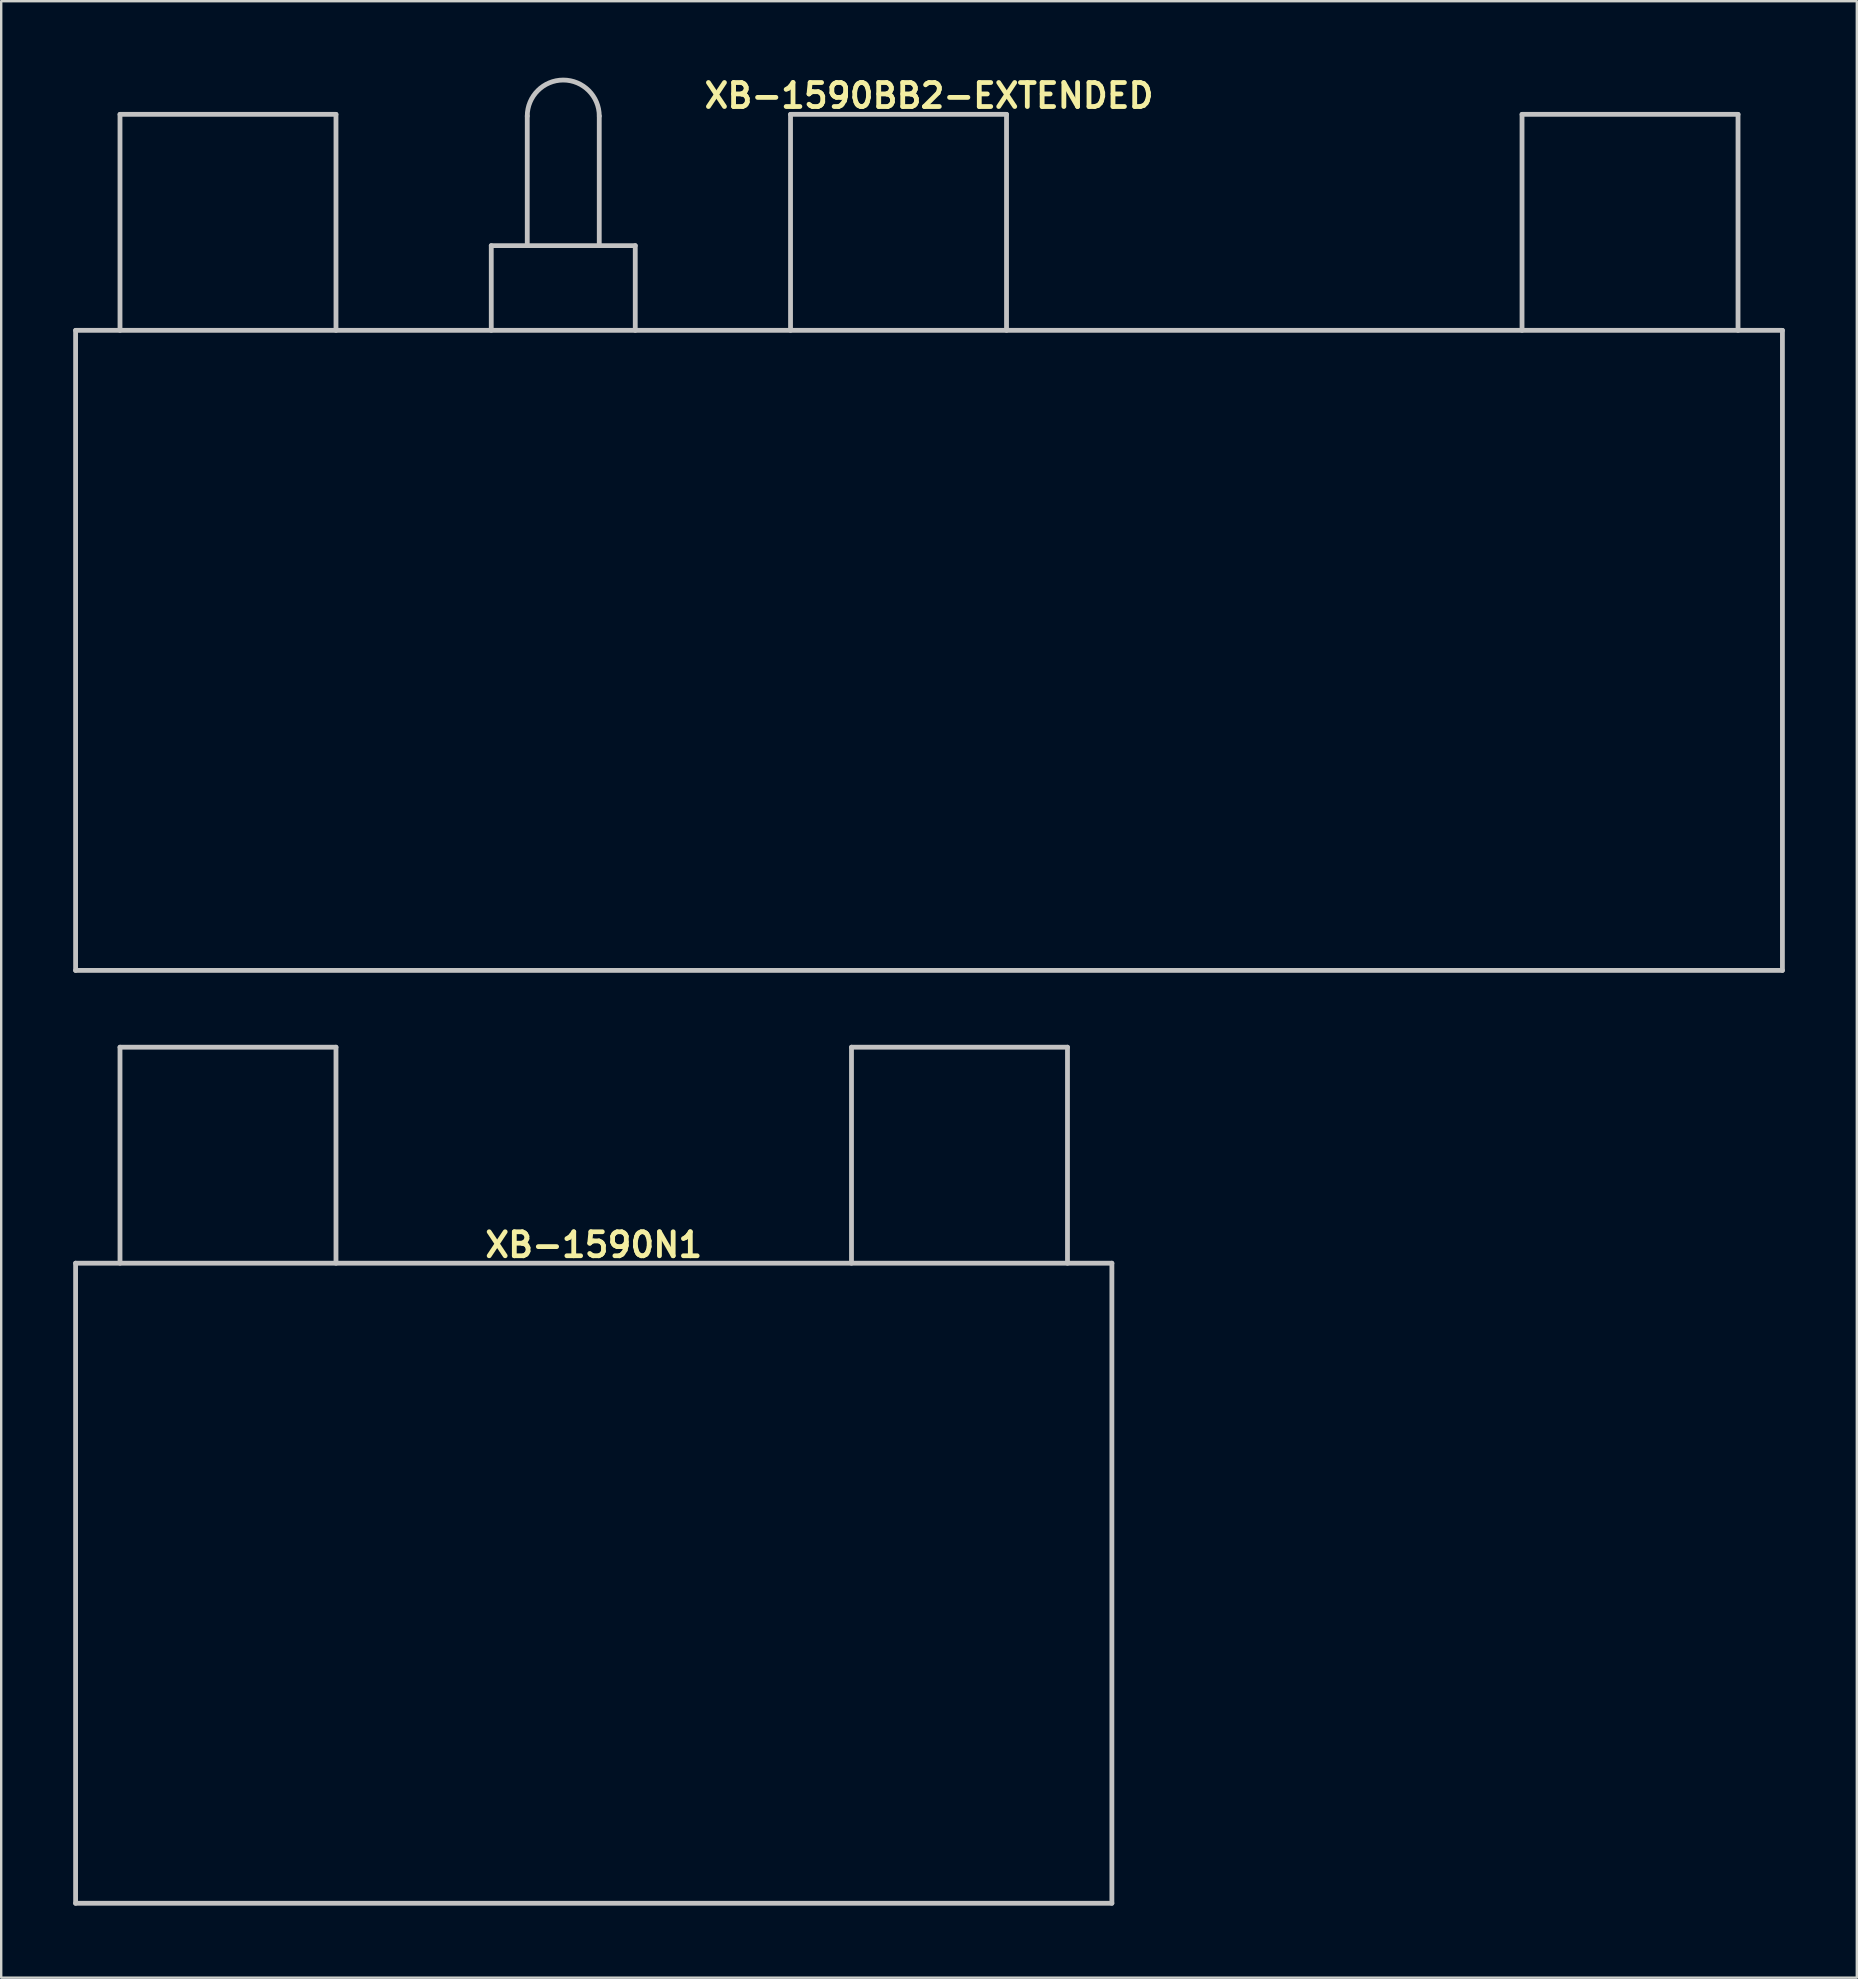
<source format=kicad_pcb>
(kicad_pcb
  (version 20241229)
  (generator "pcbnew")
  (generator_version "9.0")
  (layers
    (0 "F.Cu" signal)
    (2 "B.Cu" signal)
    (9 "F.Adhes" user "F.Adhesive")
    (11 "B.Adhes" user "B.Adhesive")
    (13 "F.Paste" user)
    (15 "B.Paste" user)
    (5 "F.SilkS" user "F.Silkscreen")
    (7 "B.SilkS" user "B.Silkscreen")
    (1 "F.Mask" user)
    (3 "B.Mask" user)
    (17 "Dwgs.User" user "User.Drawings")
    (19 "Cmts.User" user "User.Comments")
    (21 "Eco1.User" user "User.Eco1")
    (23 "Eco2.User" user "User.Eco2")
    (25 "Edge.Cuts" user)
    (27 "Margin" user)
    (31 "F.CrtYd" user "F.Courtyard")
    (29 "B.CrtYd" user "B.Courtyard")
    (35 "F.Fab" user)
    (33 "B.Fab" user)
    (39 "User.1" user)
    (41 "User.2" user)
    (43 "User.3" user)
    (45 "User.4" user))
  (footprint "XB-1590BB2-EXTENDED"
    (layer "F.Cu")
    (at 35.66 10.715)
    (property "Reference" "XB-1590BB2-EXTENDED" (at 0 -9.779 0) (layer "F.SilkS") (effects (font (size 1 1) (thickness 0.2))))
    (attr through_hole)
    (fp_line (start -35.56 0) (end -35.56 26.67) (stroke (width 0.2) (type solid)) (layer "Dwgs.User"))
    (fp_line (start -35.56 0) (end 35.56 0) (stroke (width 0.2) (type solid)) (layer "Dwgs.User"))
    (fp_line (start -35.56 26.67) (end 35.56 26.67) (stroke (width 0.2) (type solid)) (layer "Dwgs.User"))
    (fp_line (start -33.71 -9) (end -33.71 0) (stroke (width 0.2) (type solid)) (layer "Dwgs.User"))
    (fp_line (start -33.71 -9) (end -24.71 -9) (stroke (width 0.2) (type solid)) (layer "Dwgs.User"))
    (fp_line (start -24.71 -9) (end -24.71 0) (stroke (width 0.2) (type solid)) (layer "Dwgs.User"))
    (fp_line (start -18.24 -3.53) (end -18.24 0) (stroke (width 0.2) (type solid)) (layer "Dwgs.User"))
    (fp_line (start -18.24 -3.53) (end -12.24 -3.53) (stroke (width 0.2) (type solid)) (layer "Dwgs.User"))
    (fp_line (start -16.74 -8.93) (end -16.74 -3.53) (stroke (width 0.2) (type solid)) (layer "Dwgs.User"))
    (fp_line (start -13.74 -8.93) (end -13.74 -3.53) (stroke (width 0.2) (type solid)) (layer "Dwgs.User"))
    (fp_line (start -12.24 -3.53) (end -12.24 0) (stroke (width 0.2) (type solid)) (layer "Dwgs.User"))
    (fp_line (start -5.77 -9) (end -5.77 0) (stroke (width 0.2) (type solid)) (layer "Dwgs.User"))
    (fp_line (start -5.77 -9) (end 3.23 -9) (stroke (width 0.2) (type solid)) (layer "Dwgs.User"))
    (fp_line (start 3.23 -9) (end 3.23 0) (stroke (width 0.2) (type solid)) (layer "Dwgs.User"))
    (fp_line (start 24.71 -9) (end 24.71 0) (stroke (width 0.2) (type solid)) (layer "Dwgs.User"))
    (fp_line (start 24.71 -9) (end 33.71 -9) (stroke (width 0.2) (type solid)) (layer "Dwgs.User"))
    (fp_line (start 33.71 -9) (end 33.71 0) (stroke (width 0.2) (type solid)) (layer "Dwgs.User"))
    (fp_line (start 35.56 0) (end 35.56 26.67) (stroke (width 0.2) (type solid)) (layer "Dwgs.User"))
    (fp_arc (start -16.74 -8.93) (mid -15.24 -10.43) (end -13.74 -8.93) (stroke (width 0.2) (type solid)) (layer "Dwgs.User")))
  (footprint "XB-1590N1"
    (layer "F.Cu")
    (at 21.69 49.585)
    (property "Reference" "XB-1590N1" (at 0 -0.762 0) (layer "F.SilkS") (effects (font (size 1 1) (thickness 0.2))))
    (attr through_hole)
    (fp_line (start -21.59 0) (end -21.59 26.67) (stroke (width 0.2) (type solid)) (layer "Dwgs.User"))
    (fp_line (start -21.59 0) (end 21.59 0) (stroke (width 0.2) (type solid)) (layer "Dwgs.User"))
    (fp_line (start -21.59 26.67) (end 21.59 26.67) (stroke (width 0.2) (type solid)) (layer "Dwgs.User"))
    (fp_line (start -19.74 -9) (end -19.74 0) (stroke (width 0.2) (type solid)) (layer "Dwgs.User"))
    (fp_line (start -19.74 -9) (end -10.74 -9) (stroke (width 0.2) (type solid)) (layer "Dwgs.User"))
    (fp_line (start -10.74 -9) (end -10.74 0) (stroke (width 0.2) (type solid)) (layer "Dwgs.User"))
    (fp_line (start 10.74 -9) (end 10.74 0) (stroke (width 0.2) (type solid)) (layer "Dwgs.User"))
    (fp_line (start 10.74 -9) (end 19.74 -9) (stroke (width 0.2) (type solid)) (layer "Dwgs.User"))
    (fp_line (start 19.74 -9) (end 19.74 0) (stroke (width 0.2) (type solid)) (layer "Dwgs.User"))
    (fp_line (start 21.59 0) (end 21.59 26.67) (stroke (width 0.2) (type solid)) (layer "Dwgs.User")))
  (gr_rect
    (start -3 -3)
    (end 74.32 79.355)
    (stroke (width 0.1) (type default))
    (fill no)
    (layer "Edge.Cuts")))
</source>
